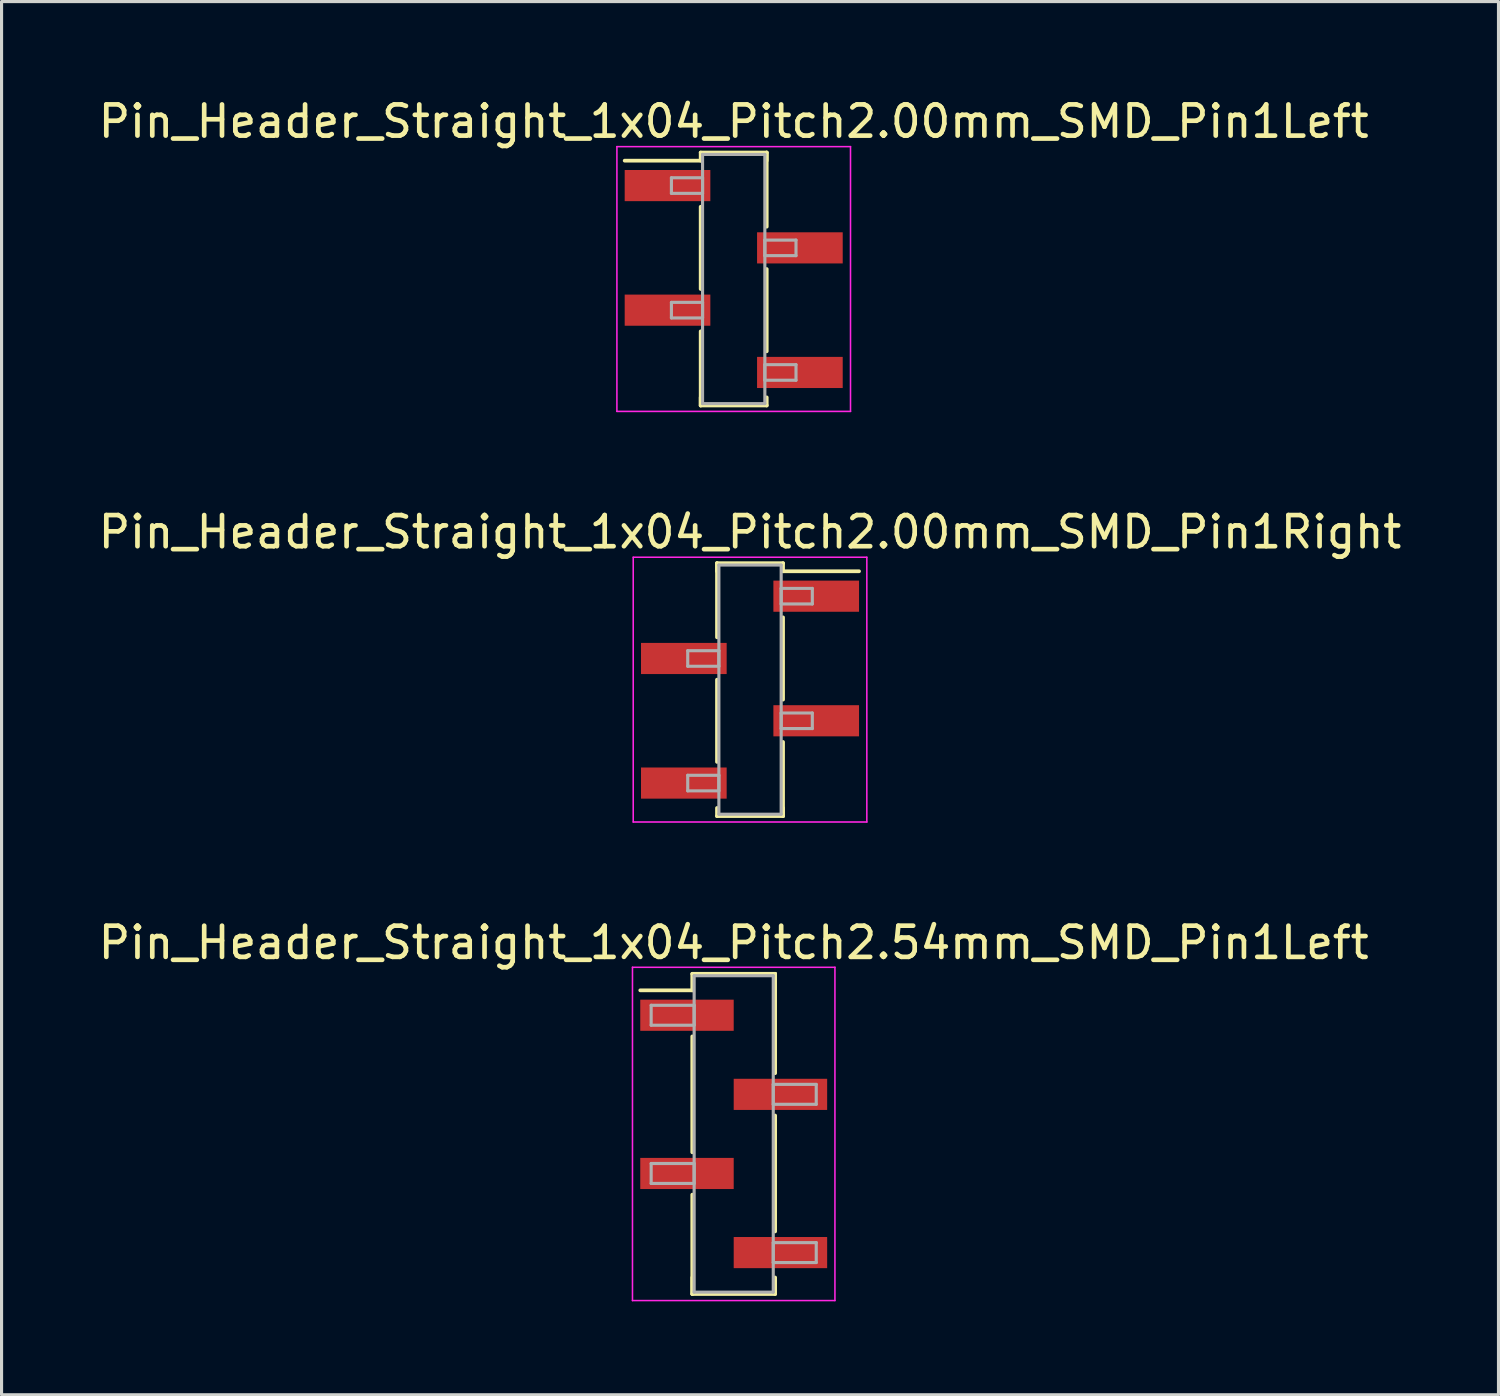
<source format=kicad_pcb>
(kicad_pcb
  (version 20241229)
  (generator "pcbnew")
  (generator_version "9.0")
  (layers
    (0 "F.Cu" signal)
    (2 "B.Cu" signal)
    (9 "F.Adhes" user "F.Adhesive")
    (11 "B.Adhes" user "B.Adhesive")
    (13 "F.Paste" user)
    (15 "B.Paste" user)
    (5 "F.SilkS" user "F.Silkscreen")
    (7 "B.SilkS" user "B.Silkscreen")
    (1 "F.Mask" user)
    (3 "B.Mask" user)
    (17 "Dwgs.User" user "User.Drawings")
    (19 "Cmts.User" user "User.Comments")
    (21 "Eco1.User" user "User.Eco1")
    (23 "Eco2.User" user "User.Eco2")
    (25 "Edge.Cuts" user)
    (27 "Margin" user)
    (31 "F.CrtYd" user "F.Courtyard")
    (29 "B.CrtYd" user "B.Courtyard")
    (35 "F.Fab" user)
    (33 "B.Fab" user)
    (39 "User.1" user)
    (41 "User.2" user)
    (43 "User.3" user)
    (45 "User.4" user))
  (footprint "Pin_Header_Straight_1x04_Pitch2.54mm_SMD_Pin1Left"
    (layer "F.Cu")
    (at 20.506 33.355)
    (property "Reference" "Pin_Header_Straight_1x04_Pitch2.54mm_SMD_Pin1Left" (at 0 -6.14 0) (layer "F.SilkS") (effects (font (size 1 1) (thickness 0.15))))
    (attr smd)
    (fp_line (start -1.33 -5.14) (end 1.33 -5.14) (stroke (width 0.12) (type solid)) (layer "F.SilkS"))
    (fp_line (start -1.33 -4.61) (end -3 -4.61) (stroke (width 0.12) (type solid)) (layer "F.SilkS"))
    (fp_line (start -1.33 -4.61) (end -1.33 -5.14) (stroke (width 0.12) (type solid)) (layer "F.SilkS"))
    (fp_line (start -1.33 -3.13) (end -1.33 0.59) (stroke (width 0.12) (type solid)) (layer "F.SilkS"))
    (fp_line (start -1.33 1.95) (end -1.33 5.14) (stroke (width 0.12) (type solid)) (layer "F.SilkS"))
    (fp_line (start -1.33 4.61) (end -1.33 5.14) (stroke (width 0.12) (type solid)) (layer "F.SilkS"))
    (fp_line (start -1.33 5.14) (end 1.33 5.14) (stroke (width 0.12) (type solid)) (layer "F.SilkS"))
    (fp_line (start 1.33 -5.14) (end 1.33 -4.61) (stroke (width 0.12) (type solid)) (layer "F.SilkS"))
    (fp_line (start 1.33 -5.14) (end 1.33 -1.95) (stroke (width 0.12) (type solid)) (layer "F.SilkS"))
    (fp_line (start 1.33 -0.59) (end 1.33 3.13) (stroke (width 0.12) (type solid)) (layer "F.SilkS"))
    (fp_line (start 1.33 5.14) (end 1.33 4.61) (stroke (width 0.12) (type solid)) (layer "F.SilkS"))
    (fp_line (start -3.25 -5.35) (end -3.25 5.35) (stroke (width 0.05) (type solid)) (layer "F.CrtYd"))
    (fp_line (start -3.25 5.35) (end 3.25 5.35) (stroke (width 0.05) (type solid)) (layer "F.CrtYd"))
    (fp_line (start 3.25 -5.35) (end -3.25 -5.35) (stroke (width 0.05) (type solid)) (layer "F.CrtYd"))
    (fp_line (start 3.25 5.35) (end 3.25 -5.35) (stroke (width 0.05) (type solid)) (layer "F.CrtYd"))
    (fp_line (start -2.65 -4.13) (end -1.27 -4.13) (stroke (width 0.1) (type solid)) (layer "F.Fab"))
    (fp_line (start -2.65 -3.49) (end -2.65 -4.13) (stroke (width 0.1) (type solid)) (layer "F.Fab"))
    (fp_line (start -2.65 0.95) (end -1.27 0.95) (stroke (width 0.1) (type solid)) (layer "F.Fab"))
    (fp_line (start -2.65 1.59) (end -2.65 0.95) (stroke (width 0.1) (type solid)) (layer "F.Fab"))
    (fp_line (start -1.27 -5.08) (end -1.27 5.08) (stroke (width 0.1) (type solid)) (layer "F.Fab"))
    (fp_line (start -1.27 -4.13) (end -1.27 -3.49) (stroke (width 0.1) (type solid)) (layer "F.Fab"))
    (fp_line (start -1.27 -3.49) (end -2.65 -3.49) (stroke (width 0.1) (type solid)) (layer "F.Fab"))
    (fp_line (start -1.27 0.95) (end -1.27 1.59) (stroke (width 0.1) (type solid)) (layer "F.Fab"))
    (fp_line (start -1.27 1.59) (end -2.65 1.59) (stroke (width 0.1) (type solid)) (layer "F.Fab"))
    (fp_line (start -1.27 5.08) (end 1.27 5.08) (stroke (width 0.1) (type solid)) (layer "F.Fab"))
    (fp_line (start 1.27 -5.08) (end -1.27 -5.08) (stroke (width 0.1) (type solid)) (layer "F.Fab"))
    (fp_line (start 1.27 -1.59) (end 1.27 -0.95) (stroke (width 0.1) (type solid)) (layer "F.Fab"))
    (fp_line (start 1.27 -0.95) (end 2.65 -0.95) (stroke (width 0.1) (type solid)) (layer "F.Fab"))
    (fp_line (start 1.27 3.49) (end 1.27 4.13) (stroke (width 0.1) (type solid)) (layer "F.Fab"))
    (fp_line (start 1.27 4.13) (end 2.65 4.13) (stroke (width 0.1) (type solid)) (layer "F.Fab"))
    (fp_line (start 1.27 5.08) (end 1.27 -5.08) (stroke (width 0.1) (type solid)) (layer "F.Fab"))
    (fp_line (start 2.65 -1.59) (end 1.27 -1.59) (stroke (width 0.1) (type solid)) (layer "F.Fab"))
    (fp_line (start 2.65 -0.95) (end 2.65 -1.59) (stroke (width 0.1) (type solid)) (layer "F.Fab"))
    (fp_line (start 2.65 3.49) (end 1.27 3.49) (stroke (width 0.1) (type solid)) (layer "F.Fab"))
    (fp_line (start 2.65 4.13) (end 2.65 3.49) (stroke (width 0.1) (type solid)) (layer "F.Fab"))
    (pad "1" smd rect (at -1.5 -3.81) (size 3 1) (layers "F.Cu" "F.Mask"))
    (pad "2" smd rect (at 1.5 -1.27) (size 3 1) (layers "F.Cu" "F.Mask"))
    (pad "3" smd rect (at -1.5 1.27) (size 3 1) (layers "F.Cu" "F.Mask"))
    (pad "4" smd rect (at 1.5 3.81) (size 3 1) (layers "F.Cu" "F.Mask")))
  (footprint "Pin_Header_Straight_1x04_Pitch2.00mm_SMD_Pin1Right"
    (layer "F.Cu")
    (at 21.03 19.091)
    (property "Reference" "Pin_Header_Straight_1x04_Pitch2.00mm_SMD_Pin1Right" (at 0 -5.06 0) (layer "F.SilkS") (effects (font (size 1 1) (thickness 0.15))))
    (attr smd)
    (fp_line (start -1.06 -4.06) (end -1.06 -1.68) (stroke (width 0.12) (type solid)) (layer "F.SilkS"))
    (fp_line (start -1.06 -4.06) (end 1.06 -4.06) (stroke (width 0.12) (type solid)) (layer "F.SilkS"))
    (fp_line (start -1.06 -3.8) (end -1.06 -4.06) (stroke (width 0.12) (type solid)) (layer "F.SilkS"))
    (fp_line (start -1.06 -0.32) (end -1.06 2.32) (stroke (width 0.12) (type solid)) (layer "F.SilkS"))
    (fp_line (start -1.06 3.8) (end -1.06 4.06) (stroke (width 0.12) (type solid)) (layer "F.SilkS"))
    (fp_line (start -1.06 4.06) (end 1.06 4.06) (stroke (width 0.12) (type solid)) (layer "F.SilkS"))
    (fp_line (start 1.06 -4.06) (end 1.06 -3.8) (stroke (width 0.12) (type solid)) (layer "F.SilkS"))
    (fp_line (start 1.06 -3.8) (end 3.5 -3.8) (stroke (width 0.12) (type solid)) (layer "F.SilkS"))
    (fp_line (start 1.06 -2.32) (end 1.06 0.32) (stroke (width 0.12) (type solid)) (layer "F.SilkS"))
    (fp_line (start 1.06 1.68) (end 1.06 4.06) (stroke (width 0.12) (type solid)) (layer "F.SilkS"))
    (fp_line (start 1.06 4.06) (end 1.06 3.8) (stroke (width 0.12) (type solid)) (layer "F.SilkS"))
    (fp_line (start -3.75 -4.25) (end -3.75 4.25) (stroke (width 0.05) (type solid)) (layer "F.CrtYd"))
    (fp_line (start -3.75 4.25) (end 3.75 4.25) (stroke (width 0.05) (type solid)) (layer "F.CrtYd"))
    (fp_line (start 3.75 -4.25) (end -3.75 -4.25) (stroke (width 0.05) (type solid)) (layer "F.CrtYd"))
    (fp_line (start 3.75 4.25) (end 3.75 -4.25) (stroke (width 0.05) (type solid)) (layer "F.CrtYd"))
    (fp_line (start -2 -1.25) (end -1 -1.25) (stroke (width 0.1) (type solid)) (layer "F.Fab"))
    (fp_line (start -2 -0.75) (end -2 -1.25) (stroke (width 0.1) (type solid)) (layer "F.Fab"))
    (fp_line (start -2 2.75) (end -1 2.75) (stroke (width 0.1) (type solid)) (layer "F.Fab"))
    (fp_line (start -2 3.25) (end -2 2.75) (stroke (width 0.1) (type solid)) (layer "F.Fab"))
    (fp_line (start -1 -4) (end -1 4) (stroke (width 0.1) (type solid)) (layer "F.Fab"))
    (fp_line (start -1 -1.25) (end -1 -0.75) (stroke (width 0.1) (type solid)) (layer "F.Fab"))
    (fp_line (start -1 -0.75) (end -2 -0.75) (stroke (width 0.1) (type solid)) (layer "F.Fab"))
    (fp_line (start -1 2.75) (end -1 3.25) (stroke (width 0.1) (type solid)) (layer "F.Fab"))
    (fp_line (start -1 3.25) (end -2 3.25) (stroke (width 0.1) (type solid)) (layer "F.Fab"))
    (fp_line (start -1 4) (end 1 4) (stroke (width 0.1) (type solid)) (layer "F.Fab"))
    (fp_line (start 1 -4) (end -1 -4) (stroke (width 0.1) (type solid)) (layer "F.Fab"))
    (fp_line (start 1 -3.25) (end 1 -2.75) (stroke (width 0.1) (type solid)) (layer "F.Fab"))
    (fp_line (start 1 -2.75) (end 2 -2.75) (stroke (width 0.1) (type solid)) (layer "F.Fab"))
    (fp_line (start 1 0.75) (end 1 1.25) (stroke (width 0.1) (type solid)) (layer "F.Fab"))
    (fp_line (start 1 1.25) (end 2 1.25) (stroke (width 0.1) (type solid)) (layer "F.Fab"))
    (fp_line (start 1 4) (end 1 -4) (stroke (width 0.1) (type solid)) (layer "F.Fab"))
    (fp_line (start 2 -3.25) (end 1 -3.25) (stroke (width 0.1) (type solid)) (layer "F.Fab"))
    (fp_line (start 2 -2.75) (end 2 -3.25) (stroke (width 0.1) (type solid)) (layer "F.Fab"))
    (fp_line (start 2 0.75) (end 1 0.75) (stroke (width 0.1) (type solid)) (layer "F.Fab"))
    (fp_line (start 2 1.25) (end 2 0.75) (stroke (width 0.1) (type solid)) (layer "F.Fab"))
    (pad "1" smd rect (at 2.125 -3) (size 2.75 1) (layers "F.Cu" "F.Mask"))
    (pad "2" smd rect (at -2.125 -1) (size 2.75 1) (layers "F.Cu" "F.Mask"))
    (pad "3" smd rect (at 2.125 1) (size 2.75 1) (layers "F.Cu" "F.Mask"))
    (pad "4" smd rect (at -2.125 3) (size 2.75 1) (layers "F.Cu" "F.Mask")))
  (footprint "Pin_Header_Straight_1x04_Pitch2.00mm_SMD_Pin1Left"
    (layer "F.Cu")
    (at 20.506 5.908)
    (property "Reference" "Pin_Header_Straight_1x04_Pitch2.00mm_SMD_Pin1Left" (at 0 -5.06 0) (layer "F.SilkS") (effects (font (size 1 1) (thickness 0.15))))
    (attr smd)
    (fp_line (start -1.06 -4.06) (end 1.06 -4.06) (stroke (width 0.12) (type solid)) (layer "F.SilkS"))
    (fp_line (start -1.06 -3.8) (end -3.5 -3.8) (stroke (width 0.12) (type solid)) (layer "F.SilkS"))
    (fp_line (start -1.06 -3.8) (end -1.06 -4.06) (stroke (width 0.12) (type solid)) (layer "F.SilkS"))
    (fp_line (start -1.06 -2.32) (end -1.06 0.32) (stroke (width 0.12) (type solid)) (layer "F.SilkS"))
    (fp_line (start -1.06 1.68) (end -1.06 4.06) (stroke (width 0.12) (type solid)) (layer "F.SilkS"))
    (fp_line (start -1.06 3.8) (end -1.06 4.06) (stroke (width 0.12) (type solid)) (layer "F.SilkS"))
    (fp_line (start -1.06 4.06) (end 1.06 4.06) (stroke (width 0.12) (type solid)) (layer "F.SilkS"))
    (fp_line (start 1.06 -4.06) (end 1.06 -3.8) (stroke (width 0.12) (type solid)) (layer "F.SilkS"))
    (fp_line (start 1.06 -4.06) (end 1.06 -1.68) (stroke (width 0.12) (type solid)) (layer "F.SilkS"))
    (fp_line (start 1.06 -0.32) (end 1.06 2.32) (stroke (width 0.12) (type solid)) (layer "F.SilkS"))
    (fp_line (start 1.06 4.06) (end 1.06 3.8) (stroke (width 0.12) (type solid)) (layer "F.SilkS"))
    (fp_line (start -3.75 -4.25) (end -3.75 4.25) (stroke (width 0.05) (type solid)) (layer "F.CrtYd"))
    (fp_line (start -3.75 4.25) (end 3.75 4.25) (stroke (width 0.05) (type solid)) (layer "F.CrtYd"))
    (fp_line (start 3.75 -4.25) (end -3.75 -4.25) (stroke (width 0.05) (type solid)) (layer "F.CrtYd"))
    (fp_line (start 3.75 4.25) (end 3.75 -4.25) (stroke (width 0.05) (type solid)) (layer "F.CrtYd"))
    (fp_line (start -2 -3.25) (end -1 -3.25) (stroke (width 0.1) (type solid)) (layer "F.Fab"))
    (fp_line (start -2 -2.75) (end -2 -3.25) (stroke (width 0.1) (type solid)) (layer "F.Fab"))
    (fp_line (start -2 0.75) (end -1 0.75) (stroke (width 0.1) (type solid)) (layer "F.Fab"))
    (fp_line (start -2 1.25) (end -2 0.75) (stroke (width 0.1) (type solid)) (layer "F.Fab"))
    (fp_line (start -1 -4) (end -1 4) (stroke (width 0.1) (type solid)) (layer "F.Fab"))
    (fp_line (start -1 -3.25) (end -1 -2.75) (stroke (width 0.1) (type solid)) (layer "F.Fab"))
    (fp_line (start -1 -2.75) (end -2 -2.75) (stroke (width 0.1) (type solid)) (layer "F.Fab"))
    (fp_line (start -1 0.75) (end -1 1.25) (stroke (width 0.1) (type solid)) (layer "F.Fab"))
    (fp_line (start -1 1.25) (end -2 1.25) (stroke (width 0.1) (type solid)) (layer "F.Fab"))
    (fp_line (start -1 4) (end 1 4) (stroke (width 0.1) (type solid)) (layer "F.Fab"))
    (fp_line (start 1 -4) (end -1 -4) (stroke (width 0.1) (type solid)) (layer "F.Fab"))
    (fp_line (start 1 -1.25) (end 1 -0.75) (stroke (width 0.1) (type solid)) (layer "F.Fab"))
    (fp_line (start 1 -0.75) (end 2 -0.75) (stroke (width 0.1) (type solid)) (layer "F.Fab"))
    (fp_line (start 1 2.75) (end 1 3.25) (stroke (width 0.1) (type solid)) (layer "F.Fab"))
    (fp_line (start 1 3.25) (end 2 3.25) (stroke (width 0.1) (type solid)) (layer "F.Fab"))
    (fp_line (start 1 4) (end 1 -4) (stroke (width 0.1) (type solid)) (layer "F.Fab"))
    (fp_line (start 2 -1.25) (end 1 -1.25) (stroke (width 0.1) (type solid)) (layer "F.Fab"))
    (fp_line (start 2 -0.75) (end 2 -1.25) (stroke (width 0.1) (type solid)) (layer "F.Fab"))
    (fp_line (start 2 2.75) (end 1 2.75) (stroke (width 0.1) (type solid)) (layer "F.Fab"))
    (fp_line (start 2 3.25) (end 2 2.75) (stroke (width 0.1) (type solid)) (layer "F.Fab"))
    (pad "1" smd rect (at -2.125 -3) (size 2.75 1) (layers "F.Cu" "F.Mask"))
    (pad "2" smd rect (at 2.125 -1) (size 2.75 1) (layers "F.Cu" "F.Mask"))
    (pad "3" smd rect (at -2.125 1) (size 2.75 1) (layers "F.Cu" "F.Mask"))
    (pad "4" smd rect (at 2.125 3) (size 2.75 1) (layers "F.Cu" "F.Mask")))
  (gr_rect
    (start -3 -3)
    (end 45.06 41.73)
    (stroke (width 0.1) (type default))
    (fill no)
    (layer "Edge.Cuts")))
</source>
